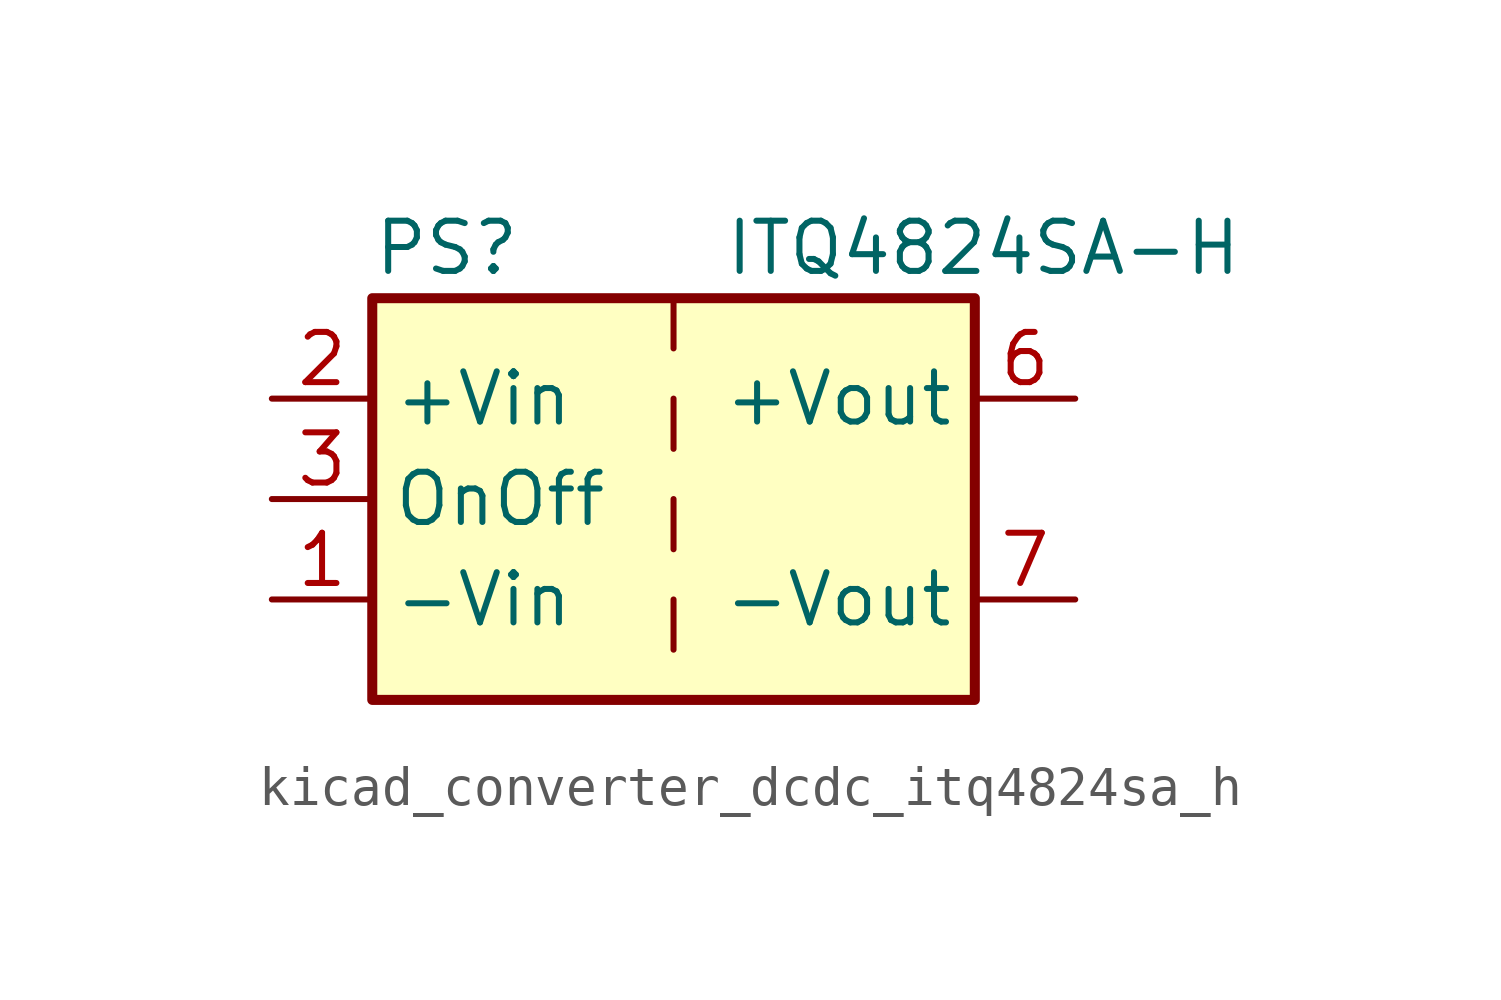
<source format=kicad_sym>
(kicad_symbol_lib
  (version 20220914)
  (generator kicad_symbol_editor)
  (symbol "kicad_converter_dcdc_itq4824sa_h"
    (property "Reference" "PS"
      (at -7.62 6.35 0)
      (effects (font (size 1.27 1.27)) (justify left)))
    (property "Value" "ITQ4824SA-H"
      (at 1.27 6.35 0)
      (effects (font (size 1.27 1.27)) (justify left)))
    (symbol "kicad_converter_dcdc_itq4824sa_h_0_0"
      (pin power_in line (at -10.16 -2.54 0) (length 2.54) (name "-Vin" (effects (font (size 1.27 1.27)))) (number "1" (effects (font (size 1.27 1.27)))))
      (pin power_in line (at -10.16 2.54 0) (length 2.54) (name "+Vin" (effects (font (size 1.27 1.27)))) (number "2" (effects (font (size 1.27 1.27)))))
      (pin input line (at -10.16 0 0) (length 2.54) (name "OnOff" (effects (font (size 1.27 1.27)))) (number "3" (effects (font (size 1.27 1.27)))))
      (pin power_out line (at 10.16 2.54 180) (length 2.54) (name "+Vout" (effects (font (size 1.27 1.27)))) (number "6" (effects (font (size 1.27 1.27)))))
      (pin power_out line (at 10.16 -2.54 180) (length 2.54) (name "-Vout" (effects (font (size 1.27 1.27)))) (number "7" (effects (font (size 1.27 1.27)))))
      (pin no_connect line (at 7.62 0 180) (length 2.54) hide (name "NC" (effects (font (size 1.27 1.27)))) (number "8" (effects (font (size 1.27 1.27))))))
    (symbol "kicad_converter_dcdc_itq4824sa_h_0_1"
      (rectangle (start -7.62 5.08) (end 7.62 -5.08) (stroke (width 0.254) (type default)) (fill (type background)))
      (polyline (pts (xy 0 -2.54) (xy 0 -3.81)) (stroke (width 0) (type default)) (fill (type none)))
      (polyline (pts (xy 0 0) (xy 0 -1.27)) (stroke (width 0) (type default)) (fill (type none)))
      (polyline (pts (xy 0 2.54) (xy 0 1.27)) (stroke (width 0) (type default)) (fill (type none)))
      (polyline (pts (xy 0 5.08) (xy 0 3.81)) (stroke (width 0) (type default)) (fill (type none))))))
</source>
